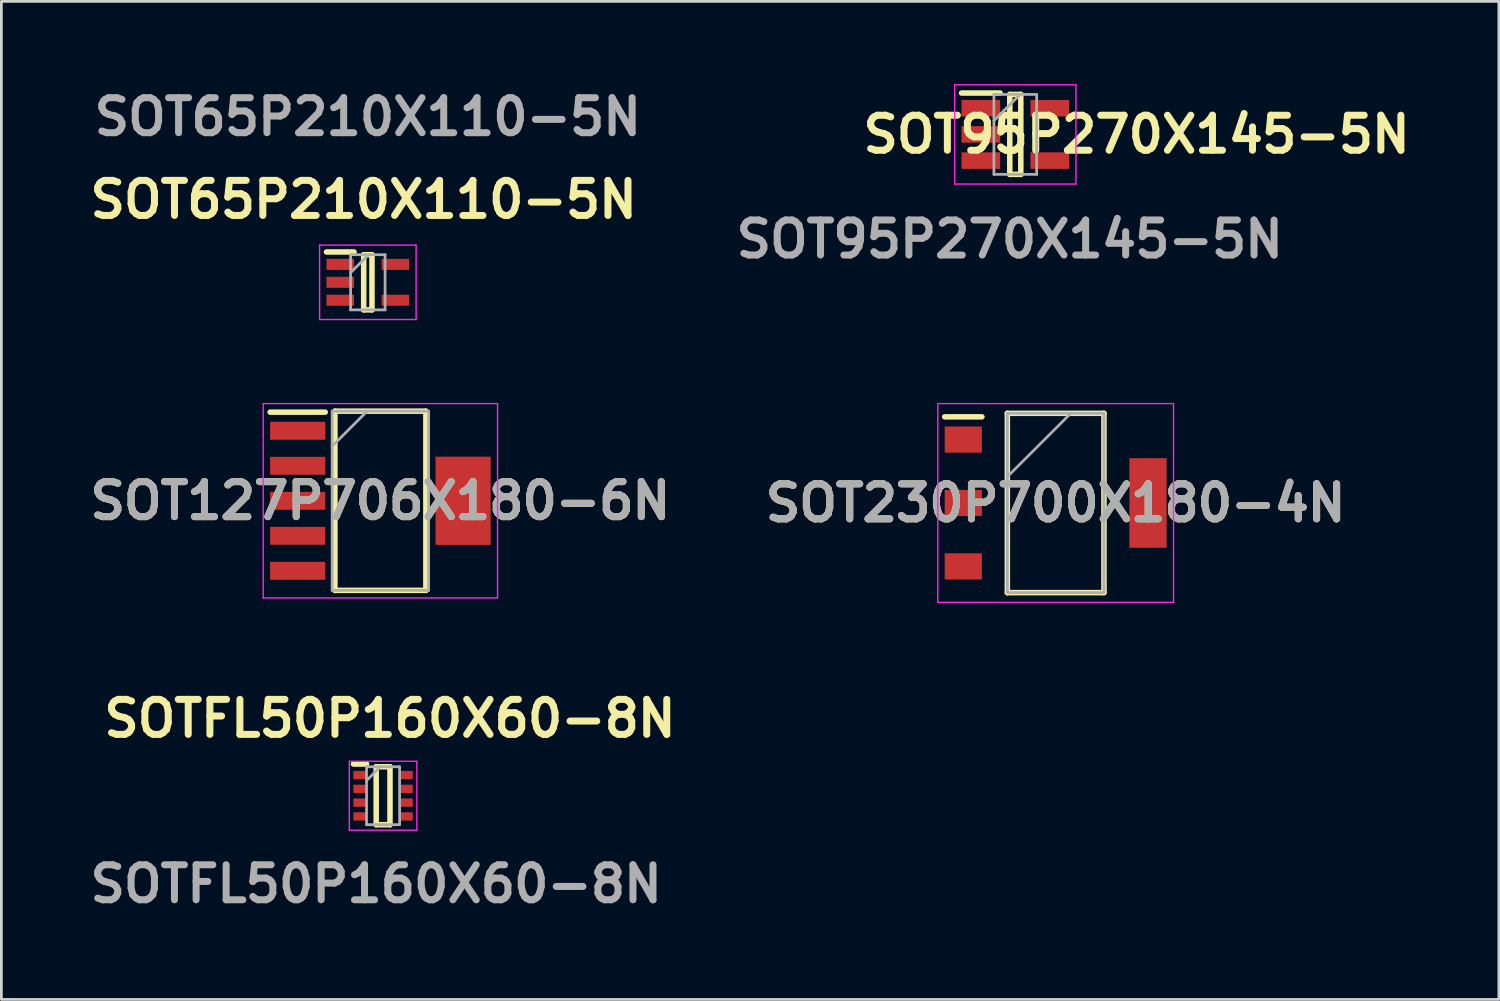
<source format=kicad_pcb>
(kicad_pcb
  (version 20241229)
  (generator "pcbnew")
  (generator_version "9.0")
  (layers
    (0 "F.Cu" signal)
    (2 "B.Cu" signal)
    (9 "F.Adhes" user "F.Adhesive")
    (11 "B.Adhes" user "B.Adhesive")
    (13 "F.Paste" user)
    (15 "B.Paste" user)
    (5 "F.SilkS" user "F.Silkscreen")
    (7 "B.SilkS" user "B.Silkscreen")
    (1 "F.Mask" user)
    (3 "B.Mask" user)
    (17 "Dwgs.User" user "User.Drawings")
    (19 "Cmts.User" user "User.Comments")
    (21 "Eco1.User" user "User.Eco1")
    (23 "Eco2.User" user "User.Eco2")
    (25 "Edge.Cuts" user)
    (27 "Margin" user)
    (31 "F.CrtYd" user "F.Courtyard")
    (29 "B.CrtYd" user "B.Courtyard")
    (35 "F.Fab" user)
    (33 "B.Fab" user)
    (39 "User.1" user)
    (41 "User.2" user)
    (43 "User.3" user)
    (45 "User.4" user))
  (footprint "SOT230P700X180-4N"
    (layer "F.Cu")
    (at 35.24 15.194)
    (property "Reference" "SOT230P700X180-4N" (at 0 0 0) (layer "F.SilkS") (effects (font (size 1.27 1.27) (thickness 0.254))))
    (attr smd)
    (fp_line (start -4.025 -3.125) (end -2.675 -3.125) (stroke (width 0.2) (type solid)) (layer "F.SilkS"))
    (fp_line (start -1.752 -3.252) (end 1.752 -3.252) (stroke (width 0.2) (type solid)) (layer "F.SilkS"))
    (fp_line (start -1.752 3.252) (end -1.752 -3.252) (stroke (width 0.2) (type solid)) (layer "F.SilkS"))
    (fp_line (start 1.752 -3.252) (end 1.752 3.252) (stroke (width 0.2) (type solid)) (layer "F.SilkS"))
    (fp_line (start 1.752 3.252) (end -1.752 3.252) (stroke (width 0.2) (type solid)) (layer "F.SilkS"))
    (fp_line (start -4.275 -3.605) (end 4.275 -3.605) (stroke (width 0.05) (type solid)) (layer "F.CrtYd"))
    (fp_line (start -4.275 3.605) (end -4.275 -3.605) (stroke (width 0.05) (type solid)) (layer "F.CrtYd"))
    (fp_line (start 4.275 -3.605) (end 4.275 3.605) (stroke (width 0.05) (type solid)) (layer "F.CrtYd"))
    (fp_line (start 4.275 3.605) (end -4.275 3.605) (stroke (width 0.05) (type solid)) (layer "F.CrtYd"))
    (fp_line (start -1.752 -3.252) (end 1.752 -3.252) (stroke (width 0.1) (type solid)) (layer "F.Fab"))
    (fp_line (start -1.752 -0.952) (end 0.548 -3.252) (stroke (width 0.1) (type solid)) (layer "F.Fab"))
    (fp_line (start -1.752 3.252) (end -1.752 -3.252) (stroke (width 0.1) (type solid)) (layer "F.Fab"))
    (fp_line (start 1.752 -3.252) (end 1.752 3.252) (stroke (width 0.1) (type solid)) (layer "F.Fab"))
    (fp_line (start 1.752 3.252) (end -1.752 3.252) (stroke (width 0.1) (type solid)) (layer "F.Fab"))
    (fp_text user "${REFERENCE}" (at 0 0 0) (layer "F.Fab") (effects (font (size 1.27 1.27) (thickness 0.254))))
    (pad "1" smd rect (at -3.35 -2.3 90) (size 0.95 1.35) (layers "F.Cu" "F.Mask" "F.Paste"))
    (pad "2" smd rect (at -3.35 0 90) (size 0.95 1.35) (layers "F.Cu" "F.Mask" "F.Paste"))
    (pad "3" smd rect (at -3.35 2.3 90) (size 0.95 1.35) (layers "F.Cu" "F.Mask" "F.Paste"))
    (pad "4" smd rect (at 3.35 0) (size 1.35 3.25) (layers "F.Cu" "F.Mask" "F.Paste")))
  (footprint "SOT127P706X180-6N"
    (layer "F.Cu")
    (at 10.747 15.114)
    (property "Reference" "SOT127P706X180-6N" (at 0 0 0) (layer "F.SilkS") (effects (font (size 1.27 1.27) (thickness 0.254))))
    (attr smd)
    (fp_line (start -4 -3.215) (end -2 -3.215) (stroke (width 0.2) (type solid)) (layer "F.SilkS"))
    (fp_line (start -1.65 -3.25) (end 1.65 -3.25) (stroke (width 0.2) (type solid)) (layer "F.SilkS"))
    (fp_line (start -1.65 3.25) (end -1.65 -3.25) (stroke (width 0.2) (type solid)) (layer "F.SilkS"))
    (fp_line (start 1.65 -3.25) (end 1.65 3.25) (stroke (width 0.2) (type solid)) (layer "F.SilkS"))
    (fp_line (start 1.65 3.25) (end -1.65 3.25) (stroke (width 0.2) (type solid)) (layer "F.SilkS"))
    (fp_line (start -4.25 -3.525) (end 4.25 -3.525) (stroke (width 0.05) (type solid)) (layer "F.CrtYd"))
    (fp_line (start -4.25 3.525) (end -4.25 -3.525) (stroke (width 0.05) (type solid)) (layer "F.CrtYd"))
    (fp_line (start 4.25 -3.525) (end 4.25 3.525) (stroke (width 0.05) (type solid)) (layer "F.CrtYd"))
    (fp_line (start 4.25 3.525) (end -4.25 3.525) (stroke (width 0.05) (type solid)) (layer "F.CrtYd"))
    (fp_line (start -1.75 -3.25) (end 1.75 -3.25) (stroke (width 0.1) (type solid)) (layer "F.Fab"))
    (fp_line (start -1.75 -1.98) (end -0.48 -3.25) (stroke (width 0.1) (type solid)) (layer "F.Fab"))
    (fp_line (start -1.75 3.25) (end -1.75 -3.25) (stroke (width 0.1) (type solid)) (layer "F.Fab"))
    (fp_line (start 1.75 -3.25) (end 1.75 3.25) (stroke (width 0.1) (type solid)) (layer "F.Fab"))
    (fp_line (start 1.75 3.25) (end -1.75 3.25) (stroke (width 0.1) (type solid)) (layer "F.Fab"))
    (fp_text user "${REFERENCE}" (at 0 0 0) (layer "F.Fab") (effects (font (size 1.27 1.27) (thickness 0.254))))
    (pad "1" smd rect (at -3 -2.54 90) (size 0.65 2) (layers "F.Cu" "F.Mask" "F.Paste"))
    (pad "2" smd rect (at -3 -1.27 90) (size 0.65 2) (layers "F.Cu" "F.Mask" "F.Paste"))
    (pad "3" smd rect (at -3 0 90) (size 0.65 2) (layers "F.Cu" "F.Mask" "F.Paste"))
    (pad "4" smd rect (at -3 1.27 90) (size 0.65 2) (layers "F.Cu" "F.Mask" "F.Paste"))
    (pad "5" smd rect (at -3 2.54 90) (size 0.65 2) (layers "F.Cu" "F.Mask" "F.Paste"))
    (pad "6" smd rect (at 3 0) (size 2 3.2) (layers "F.Cu" "F.Mask" "F.Paste")))
  (footprint "SOTFL50P160X60-8N"
    (layer "F.Cu")
    (at 10.845 25.812)
    (property "Reference" "SOTFL50P160X60-8N" (at 0.25 -2.8 0) (layer "F.SilkS") (effects (font (size 1.27 1.27) (thickness 0.254))))
    (attr smd)
    (fp_line (start -1.075 -1.15) (end -0.6 -1.15) (stroke (width 0.2) (type solid)) (layer "F.SilkS"))
    (fp_line (start -0.25 -1.05) (end 0.25 -1.05) (stroke (width 0.2) (type solid)) (layer "F.SilkS"))
    (fp_line (start -0.25 1.05) (end -0.25 -1.05) (stroke (width 0.2) (type solid)) (layer "F.SilkS"))
    (fp_line (start 0.25 -1.05) (end 0.25 1.05) (stroke (width 0.2) (type solid)) (layer "F.SilkS"))
    (fp_line (start 0.25 1.05) (end -0.25 1.05) (stroke (width 0.2) (type solid)) (layer "F.SilkS"))
    (fp_line (start -1.225 -1.25) (end 1.225 -1.25) (stroke (width 0.05) (type solid)) (layer "F.CrtYd"))
    (fp_line (start -1.225 1.25) (end -1.225 -1.25) (stroke (width 0.05) (type solid)) (layer "F.CrtYd"))
    (fp_line (start 1.225 -1.25) (end 1.225 1.25) (stroke (width 0.05) (type solid)) (layer "F.CrtYd"))
    (fp_line (start 1.225 1.25) (end -1.225 1.25) (stroke (width 0.05) (type solid)) (layer "F.CrtYd"))
    (fp_line (start -0.6 -1.05) (end 0.6 -1.05) (stroke (width 0.1) (type solid)) (layer "F.Fab"))
    (fp_line (start -0.6 -0.55) (end -0.1 -1.05) (stroke (width 0.1) (type solid)) (layer "F.Fab"))
    (fp_line (start -0.6 1.05) (end -0.6 -1.05) (stroke (width 0.1) (type solid)) (layer "F.Fab"))
    (fp_line (start 0.6 -1.05) (end 0.6 1.05) (stroke (width 0.1) (type solid)) (layer "F.Fab"))
    (fp_line (start 0.6 1.05) (end -0.6 1.05) (stroke (width 0.1) (type solid)) (layer "F.Fab"))
    (fp_text user "${REFERENCE}" (at -0.25 3.2 0) (layer "F.Fab") (effects (font (size 1.27 1.27) (thickness 0.254))))
    (pad "1" smd rect (at -0.838 -0.75 90) (size 0.3 0.475) (layers "F.Cu" "F.Mask" "F.Paste"))
    (pad "2" smd rect (at -0.838 -0.25 90) (size 0.3 0.475) (layers "F.Cu" "F.Mask" "F.Paste"))
    (pad "3" smd rect (at -0.838 0.25 90) (size 0.3 0.475) (layers "F.Cu" "F.Mask" "F.Paste"))
    (pad "4" smd rect (at -0.838 0.75 90) (size 0.3 0.475) (layers "F.Cu" "F.Mask" "F.Paste"))
    (pad "5" smd rect (at 0.838 0.75 90) (size 0.3 0.475) (layers "F.Cu" "F.Mask" "F.Paste"))
    (pad "6" smd rect (at 0.838 0.25 90) (size 0.3 0.475) (layers "F.Cu" "F.Mask" "F.Paste"))
    (pad "7" smd rect (at 0.838 -0.25 90) (size 0.3 0.475) (layers "F.Cu" "F.Mask" "F.Paste"))
    (pad "8" smd rect (at 0.838 -0.75 90) (size 0.3 0.475) (layers "F.Cu" "F.Mask" "F.Paste")))
  (footprint "SOT65P210X110-5N"
    (layer "F.Cu")
    (at 10.292 7.189)
    (property "Reference" "SOT65P210X110-5N" (at -0.15 -3 0) (layer "F.SilkS") (effects (font (size 1.27 1.27) (thickness 0.254))))
    (attr smd)
    (fp_line (start -1.5 -1.1) (end -0.5 -1.1) (stroke (width 0.2) (type solid)) (layer "F.SilkS"))
    (fp_line (start -0.15 -1) (end 0.15 -1) (stroke (width 0.2) (type solid)) (layer "F.SilkS"))
    (fp_line (start -0.15 1) (end -0.15 -1) (stroke (width 0.2) (type solid)) (layer "F.SilkS"))
    (fp_line (start 0.15 -1) (end 0.15 1) (stroke (width 0.2) (type solid)) (layer "F.SilkS"))
    (fp_line (start 0.15 1) (end -0.15 1) (stroke (width 0.2) (type solid)) (layer "F.SilkS"))
    (fp_line (start -1.75 -1.35) (end 1.75 -1.35) (stroke (width 0.05) (type solid)) (layer "F.CrtYd"))
    (fp_line (start -1.75 1.35) (end -1.75 -1.35) (stroke (width 0.05) (type solid)) (layer "F.CrtYd"))
    (fp_line (start 1.75 -1.35) (end 1.75 1.35) (stroke (width 0.05) (type solid)) (layer "F.CrtYd"))
    (fp_line (start 1.75 1.35) (end -1.75 1.35) (stroke (width 0.05) (type solid)) (layer "F.CrtYd"))
    (fp_line (start -0.625 -1) (end 0.625 -1) (stroke (width 0.1) (type solid)) (layer "F.Fab"))
    (fp_line (start -0.625 -0.35) (end 0.025 -1) (stroke (width 0.1) (type solid)) (layer "F.Fab"))
    (fp_line (start -0.625 1) (end -0.625 -1) (stroke (width 0.1) (type solid)) (layer "F.Fab"))
    (fp_line (start 0.625 -1) (end 0.625 1) (stroke (width 0.1) (type solid)) (layer "F.Fab"))
    (fp_line (start 0.625 1) (end -0.625 1) (stroke (width 0.1) (type solid)) (layer "F.Fab"))
    (fp_text user "${REFERENCE}" (at 0 -6 0) (layer "F.Fab") (effects (font (size 1.27 1.27) (thickness 0.254))))
    (pad "1" smd rect (at -1 -0.65 90) (size 0.4 1) (layers "F.Cu" "F.Mask" "F.Paste"))
    (pad "2" smd rect (at -1 0 90) (size 0.4 1) (layers "F.Cu" "F.Mask" "F.Paste"))
    (pad "3" smd rect (at -1 0.65 90) (size 0.4 1) (layers "F.Cu" "F.Mask" "F.Paste"))
    (pad "4" smd rect (at 1 0.65 90) (size 0.4 1) (layers "F.Cu" "F.Mask" "F.Paste"))
    (pad "5" smd rect (at 1 -0.65 90) (size 0.4 1) (layers "F.Cu" "F.Mask" "F.Paste")))
  (footprint "SOT95P270X145-5N"
    (layer "F.Cu")
    (at 33.776 1.825)
    (property "Reference" "SOT95P270X145-5N" (at 4.4 0 0) (layer "F.SilkS") (effects (font (size 1.27 1.27) (thickness 0.254))))
    (attr smd)
    (fp_line (start -1.95 -1.5) (end -0.55 -1.5) (stroke (width 0.2) (type solid)) (layer "F.SilkS"))
    (fp_line (start -0.2 -1.45) (end 0.2 -1.45) (stroke (width 0.2) (type solid)) (layer "F.SilkS"))
    (fp_line (start -0.2 1.45) (end -0.2 -1.45) (stroke (width 0.2) (type solid)) (layer "F.SilkS"))
    (fp_line (start 0.2 -1.45) (end 0.2 1.45) (stroke (width 0.2) (type solid)) (layer "F.SilkS"))
    (fp_line (start 0.2 1.45) (end -0.2 1.45) (stroke (width 0.2) (type solid)) (layer "F.SilkS"))
    (fp_line (start -2.2 -1.8) (end 2.2 -1.8) (stroke (width 0.05) (type solid)) (layer "F.CrtYd"))
    (fp_line (start -2.2 1.8) (end -2.2 -1.8) (stroke (width 0.05) (type solid)) (layer "F.CrtYd"))
    (fp_line (start 2.2 -1.8) (end 2.2 1.8) (stroke (width 0.05) (type solid)) (layer "F.CrtYd"))
    (fp_line (start 2.2 1.8) (end -2.2 1.8) (stroke (width 0.05) (type solid)) (layer "F.CrtYd"))
    (fp_line (start -0.775 -1.45) (end 0.775 -1.45) (stroke (width 0.1) (type solid)) (layer "F.Fab"))
    (fp_line (start -0.775 -0.5) (end 0.175 -1.45) (stroke (width 0.1) (type solid)) (layer "F.Fab"))
    (fp_line (start -0.775 1.45) (end -0.775 -1.45) (stroke (width 0.1) (type solid)) (layer "F.Fab"))
    (fp_line (start 0.775 -1.45) (end 0.775 1.45) (stroke (width 0.1) (type solid)) (layer "F.Fab"))
    (fp_line (start 0.775 1.45) (end -0.775 1.45) (stroke (width 0.1) (type solid)) (layer "F.Fab"))
    (fp_text user "${REFERENCE}" (at -0.2 3.8 0) (layer "F.Fab") (effects (font (size 1.27 1.27) (thickness 0.254))))
    (pad "1" smd rect (at -1.25 -0.95 90) (size 0.6 1.4) (layers "F.Cu" "F.Mask" "F.Paste"))
    (pad "2" smd rect (at -1.25 0 90) (size 0.6 1.4) (layers "F.Cu" "F.Mask" "F.Paste"))
    (pad "3" smd rect (at -1.25 0.95 90) (size 0.6 1.4) (layers "F.Cu" "F.Mask" "F.Paste"))
    (pad "4" smd rect (at 1.25 0.95 90) (size 0.6 1.4) (layers "F.Cu" "F.Mask" "F.Paste"))
    (pad "5" smd rect (at 1.25 -0.95 90) (size 0.6 1.4) (layers "F.Cu" "F.Mask" "F.Paste")))
  (gr_rect
    (start -3 -3)
    (end 51.317 33.201)
    (stroke (width 0.1) (type default))
    (fill no)
    (layer "Edge.Cuts")))
</source>
